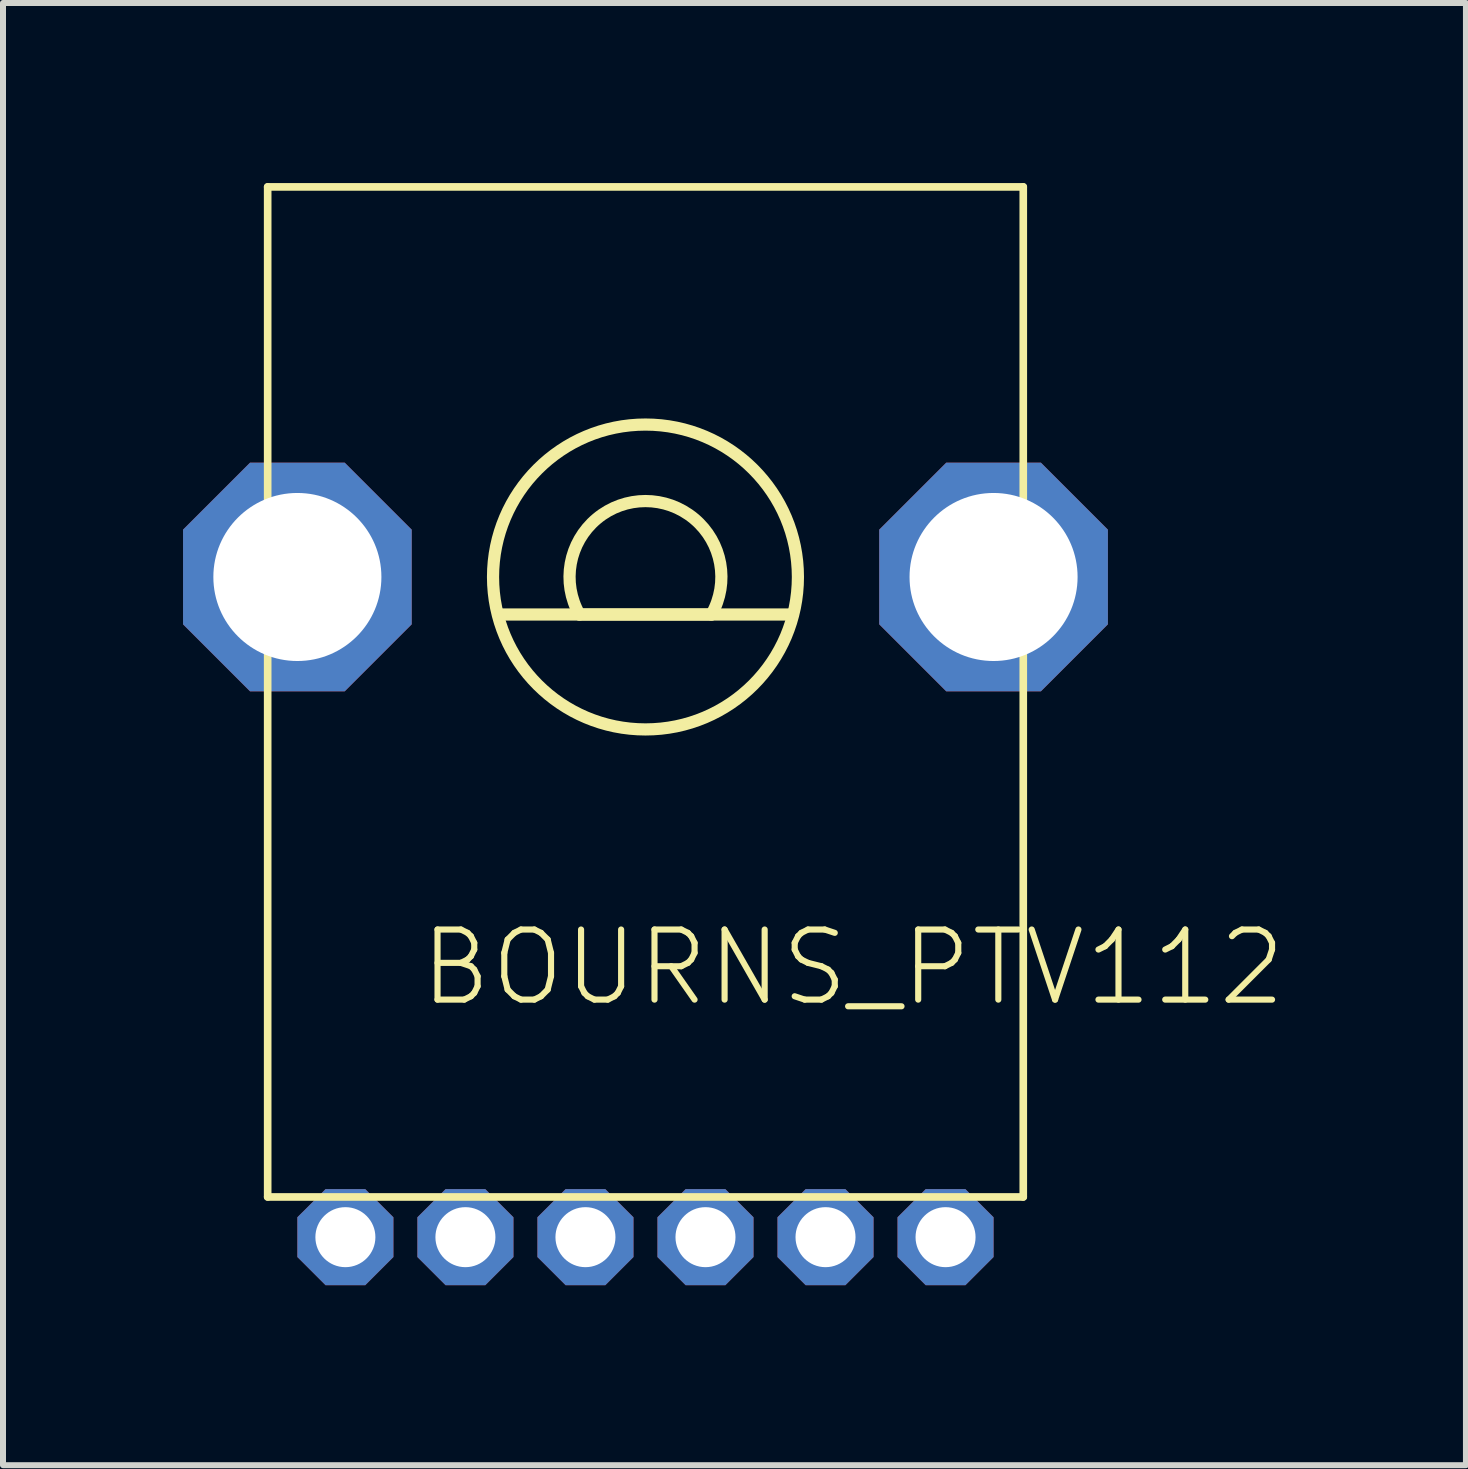
<source format=kicad_pcb>
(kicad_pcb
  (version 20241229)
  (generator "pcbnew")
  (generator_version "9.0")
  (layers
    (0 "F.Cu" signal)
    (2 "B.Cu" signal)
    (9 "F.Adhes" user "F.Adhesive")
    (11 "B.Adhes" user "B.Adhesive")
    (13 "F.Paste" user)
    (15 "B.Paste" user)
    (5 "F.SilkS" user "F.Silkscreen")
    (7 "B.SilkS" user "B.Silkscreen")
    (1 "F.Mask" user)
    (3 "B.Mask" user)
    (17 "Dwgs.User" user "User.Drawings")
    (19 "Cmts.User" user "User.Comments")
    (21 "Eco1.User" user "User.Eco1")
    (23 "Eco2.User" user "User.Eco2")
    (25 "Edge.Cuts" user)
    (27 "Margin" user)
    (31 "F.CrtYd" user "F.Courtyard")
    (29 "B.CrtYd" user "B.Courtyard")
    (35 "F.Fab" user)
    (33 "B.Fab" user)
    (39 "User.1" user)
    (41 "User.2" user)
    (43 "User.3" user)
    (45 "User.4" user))
  (footprint "BOURNS_PTV112"
    (layer "F.Cu")
    (at 7.705 6.564)
    (property "Reference" "BOURNS_PTV112" (at -3.81 7.19 0) (layer "F.SilkS") (effects (font (size 1.168 1.168) (thickness 0.102)) (justify left bottom)))
    (fp_line (start -6.295 -6.5) (end 6.295 -6.5) (stroke (width 0.127) (type solid)) (layer "F.SilkS"))
    (fp_line (start -6.295 10.33) (end -6.295 -6.5) (stroke (width 0.127) (type solid)) (layer "F.SilkS"))
    (fp_line (start 1.1 0.625) (end -1.1 0.625) (stroke (width 0.203) (type solid)) (layer "F.SilkS"))
    (fp_line (start 2.45 0.625) (end -2.425 0.625) (stroke (width 0.203) (type solid)) (layer "F.SilkS"))
    (fp_line (start 6.295 -6.5) (end 6.295 10.33) (stroke (width 0.127) (type solid)) (layer "F.SilkS"))
    (fp_line (start 6.295 10.33) (end -6.295 10.33) (stroke (width 0.127) (type solid)) (layer "F.SilkS"))
    (fp_arc (start -1.1 0.625) (mid 0 -1.265158) (end 1.1 0.625) (stroke (width 0.2032) (type solid)) (layer "F.SilkS"))
    (fp_circle (center 0 0) (end 2.54 0) (stroke (width 0.203) (type solid)) (fill no) (layer "F.SilkS"))
    (pad "1" thru_hole roundrect (at -3 11) (size 1.6 1.6) (drill 1) (layers "*.Cu" "*.Mask") (roundrect_rratio 0.25) (chamfer_ratio 0.293) (chamfer top_left top_right bottom_left bottom_right))
    (pad "1P" thru_hole roundrect (at -1 11) (size 1.6 1.6) (drill 1) (layers "*.Cu" "*.Mask") (roundrect_rratio 0.25) (chamfer_ratio 0.293) (chamfer top_left top_right bottom_left bottom_right))
    (pad "2" thru_hole roundrect (at -5 11) (size 1.6 1.6) (drill 1) (layers "*.Cu" "*.Mask") (roundrect_rratio 0.25) (chamfer_ratio 0.293) (chamfer top_left top_right bottom_left bottom_right))
    (pad "2P" thru_hole roundrect (at 1 11) (size 1.6 1.6) (drill 1) (layers "*.Cu" "*.Mask") (roundrect_rratio 0.25) (chamfer_ratio 0.293) (chamfer top_left top_right bottom_left bottom_right))
    (pad "3" thru_hole roundrect (at 5 11) (size 1.6 1.6) (drill 1) (layers "*.Cu" "*.Mask") (roundrect_rratio 0.25) (chamfer_ratio 0.293) (chamfer top_left top_right bottom_left bottom_right))
    (pad "3P" thru_hole roundrect (at 3 11) (size 1.6 1.6) (drill 1) (layers "*.Cu" "*.Mask") (roundrect_rratio 0.25) (chamfer_ratio 0.293) (chamfer top_left top_right bottom_left bottom_right))
    (pad "P$1" thru_hole roundrect (at 5.8 0 90) (size 3.81 3.81) (drill 2.8) (layers "*.Cu" "*.Mask") (roundrect_rratio 0.25) (chamfer_ratio 0.293) (chamfer top_left top_right bottom_left bottom_right))
    (pad "P$5" thru_hole roundrect (at -5.8 0 90) (size 3.81 3.81) (drill 2.8) (layers "*.Cu" "*.Mask") (roundrect_rratio 0.25) (chamfer_ratio 0.293) (chamfer top_left top_right bottom_left bottom_right)))
  (gr_rect
    (start -3 -3)
    (end 21.376 21.363)
    (stroke (width 0.1) (type default))
    (fill no)
    (layer "Edge.Cuts")))
</source>
